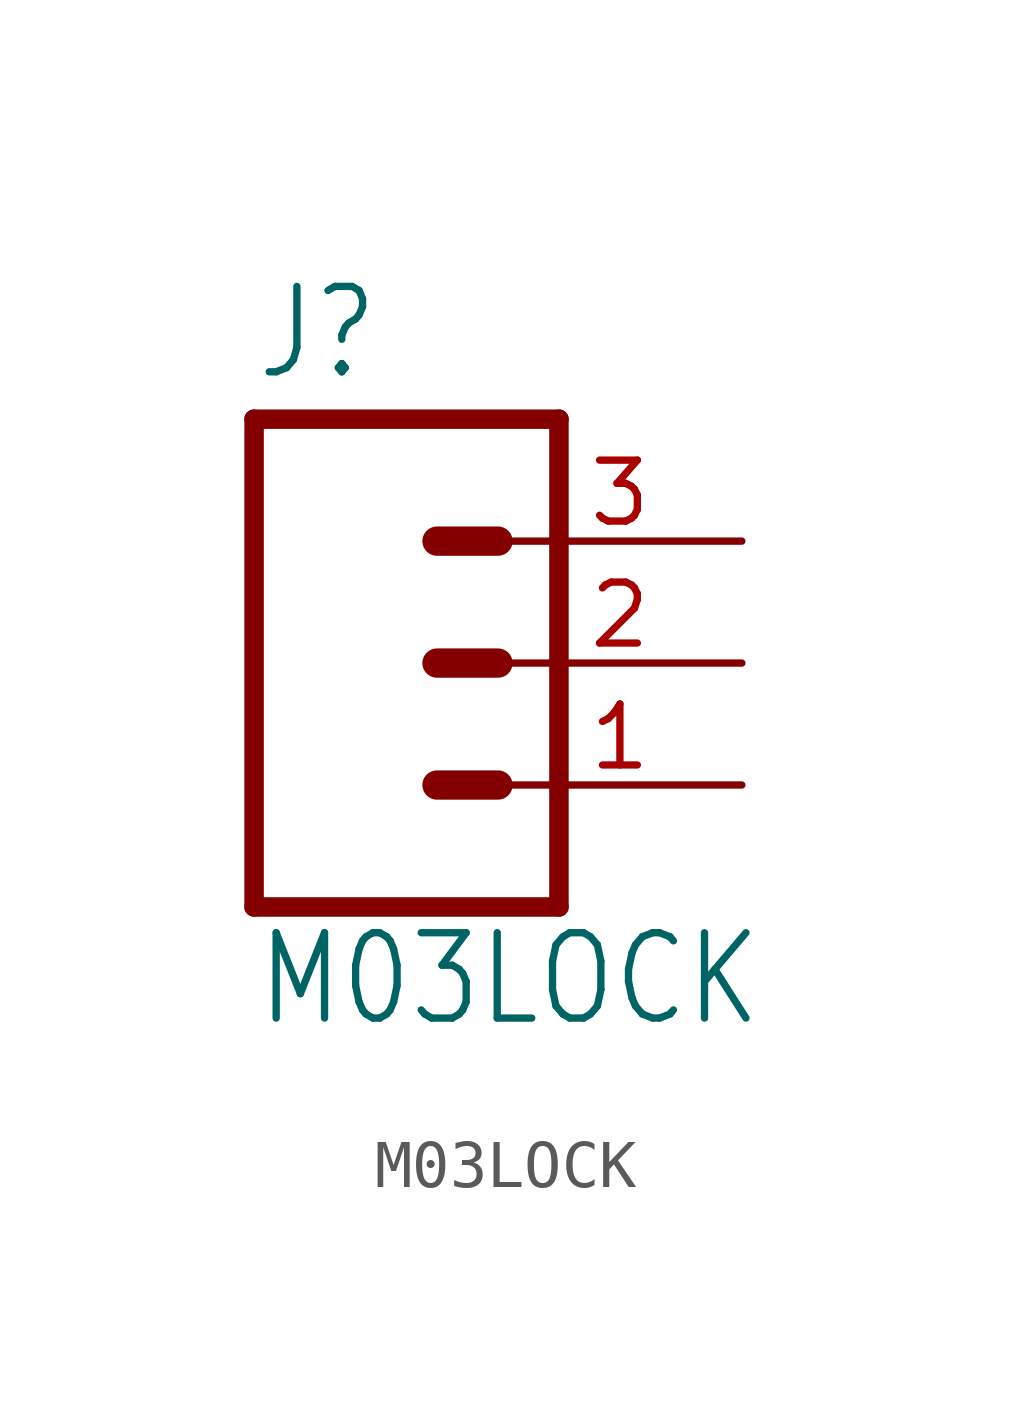
<source format=kicad_sym>
(kicad_symbol_lib
  (version 20220914)
  (generator kicad_symbol_editor)
  (symbol "M03LOCK"
    (property "Reference" "J"
      (at -2.54 5.842 0)
      (effects (font (size 1.778 1.511)) (justify left bottom)))
    (property "Value" "M03LOCK"
      (at -2.54 -7.62 0)
      (effects (font (size 1.778 1.511)) (justify left bottom)))
    (property "ki_locked" ""
      (at 0 0 0)
      (effects (font (size 1.27 1.27))))
    (symbol "M03LOCK_1_0"
      (polyline (pts (xy -2.54 5.08) (xy -2.54 -5.08)) (stroke (width 0.406) (type default)) (fill (type none)))
      (polyline (pts (xy -2.54 5.08) (xy 3.81 5.08)) (stroke (width 0.406) (type default)) (fill (type none)))
      (polyline (pts (xy 1.27 -2.54) (xy 2.54 -2.54)) (stroke (width 0.61) (type default)) (fill (type none)))
      (polyline (pts (xy 1.27 0) (xy 2.54 0)) (stroke (width 0.61) (type default)) (fill (type none)))
      (polyline (pts (xy 1.27 2.54) (xy 2.54 2.54)) (stroke (width 0.61) (type default)) (fill (type none)))
      (polyline (pts (xy 3.81 -5.08) (xy -2.54 -5.08)) (stroke (width 0.406) (type default)) (fill (type none)))
      (polyline (pts (xy 3.81 -5.08) (xy 3.81 5.08)) (stroke (width 0.406) (type default)) (fill (type none)))
      (pin passive line (at 7.62 -2.54 180) (length 5.08) (name "1" (effects (font (size 0 0)))) (number "1" (effects (font (size 1.27 1.27)))))
      (pin passive line (at 7.62 0 180) (length 5.08) (name "2" (effects (font (size 0 0)))) (number "2" (effects (font (size 1.27 1.27)))))
      (pin passive line (at 7.62 2.54 180) (length 5.08) (name "3" (effects (font (size 0 0)))) (number "3" (effects (font (size 1.27 1.27))))))))
</source>
